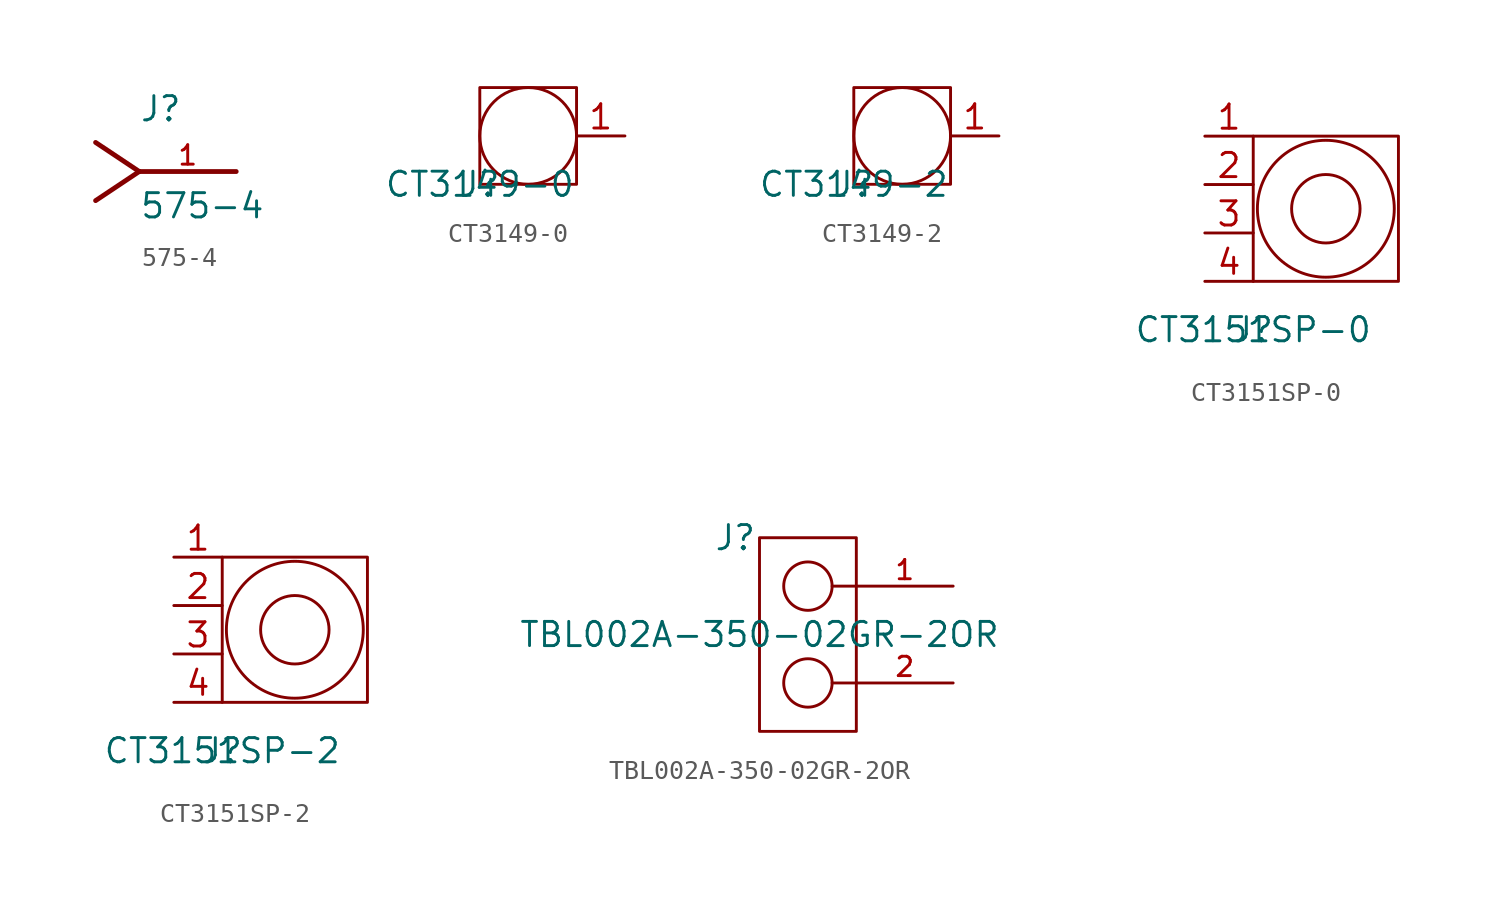
<source format=kicad_sym>
(kicad_symbol_lib
  (version 20231120)
  (generator "kicad_symbol_editor")
  (generator_version "8.0")
  (symbol "575-4"
    (pin_names
      (offset 1.016))
    (property "Reference" "J"
      (at 0 2.543 0)
      (effects (font (size 1.27 1.27)) (justify left bottom)))
    (property "Value" "575-4"
      (at 0 -2.542 0)
      (effects (font (size 1.27 1.27)) (justify left bottom)))
    (symbol "575-4_0_0"
      (polyline (pts (xy -2.286 -1.524) (xy 0 0)) (stroke (width 0.254) (type default)) (fill (type none)))
      (polyline (pts (xy -2.286 1.524) (xy 0 0)) (stroke (width 0.254) (type default)) (fill (type none)))
      (polyline (pts (xy 0 0) (xy 5.08 0)) (stroke (width 0.254) (type default)) (fill (type none)))
      (pin passive line (at 5.08 0 180) (length 5.08) (name "~" (effects (font (size 1.016 1.016)))) (number "1" (effects (font (size 1.016 1.016)))))))
  (symbol "CT3149-0"
    (pin_names
      (offset 1.016))
    (property "Reference" "J"
      (at 0 0 0)
      (effects (font (size 1.27 1.27))))
    (property "Value" "CT3149-0"
      (at 0 0 0)
      (effects (font (size 1.27 1.27))))
    (symbol "CT3149-0_0_1"
      (rectangle (start 0 0) (end 5.08 5.08) (stroke (width 0) (type default)) (fill (type none)))
      (circle (center 2.54 2.54) (radius 2.54) (stroke (width 0) (type default)) (fill (type none))))
    (symbol "CT3149-0_1_1"
      (pin passive line (at 7.62 2.54 180) (length 2.54) (name "" (effects (font (size 1.27 1.27)))) (number "1" (effects (font (size 1.27 1.27)))))))
  (symbol "CT3149-2"
    (pin_names
      (offset 1.016))
    (property "Reference" "J"
      (at 0 0 0)
      (effects (font (size 1.27 1.27))))
    (property "Value" "CT3149-2"
      (at 0 0 0)
      (effects (font (size 1.27 1.27))))
    (symbol "CT3149-2_0_1"
      (rectangle (start 0 0) (end 5.08 5.08) (stroke (width 0) (type default)) (fill (type none)))
      (circle (center 2.54 2.54) (radius 2.54) (stroke (width 0) (type default)) (fill (type none))))
    (symbol "CT3149-2_1_1"
      (pin passive line (at 7.62 2.54 180) (length 2.54) (name "" (effects (font (size 1.27 1.27)))) (number "1" (effects (font (size 1.27 1.27)))))))
  (symbol "CT3151SP-0"
    (pin_names
      (offset 2.54))
    (property "Reference" "J"
      (at 0 0 0)
      (effects (font (size 1.27 1.27))))
    (property "Value" "CT3151SP-0"
      (at 0 0 0)
      (effects (font (size 1.27 1.27))))
    (symbol "CT3151SP-0_1_1"
      (rectangle (start 0 10.16) (end 7.62 2.54) (stroke (width 0) (type default)) (fill (type none)))
      (circle (center 3.81 6.35) (radius 1.796) (stroke (width 0) (type default)) (fill (type none)))
      (circle (center 3.81 6.35) (radius 3.592) (stroke (width 0) (type default)) (fill (type none)))
      (pin input line (at -2.54 10.16 0) (length 2.54) (name "" (effects (font (size 1.27 1.27)))) (number "1" (effects (font (size 1.27 1.27)))))
      (pin input line (at -2.54 7.62 0) (length 2.54) (name "" (effects (font (size 1.27 1.27)))) (number "2" (effects (font (size 1.27 1.27)))))
      (pin input line (at -2.54 5.08 0) (length 2.54) (name "" (effects (font (size 1.27 1.27)))) (number "3" (effects (font (size 1.27 1.27)))))
      (pin input line (at -2.54 2.54 0) (length 2.54) (name "" (effects (font (size 1.27 1.27)))) (number "4" (effects (font (size 1.27 1.27)))))))
  (symbol "CT3151SP-2"
    (pin_names
      (offset 2.54))
    (property "Reference" "J"
      (at 0 0 0)
      (effects (font (size 1.27 1.27))))
    (property "Value" "CT3151SP-2"
      (at 0 0 0)
      (effects (font (size 1.27 1.27))))
    (symbol "CT3151SP-2_1_1"
      (rectangle (start 0 10.16) (end 7.62 2.54) (stroke (width 0) (type default)) (fill (type none)))
      (circle (center 3.81 6.35) (radius 1.796) (stroke (width 0) (type default)) (fill (type none)))
      (circle (center 3.81 6.35) (radius 3.592) (stroke (width 0) (type default)) (fill (type none)))
      (pin input line (at -2.54 10.16 0) (length 2.54) (name "" (effects (font (size 1.27 1.27)))) (number "1" (effects (font (size 1.27 1.27)))))
      (pin input line (at -2.54 7.62 0) (length 2.54) (name "" (effects (font (size 1.27 1.27)))) (number "2" (effects (font (size 1.27 1.27)))))
      (pin input line (at -2.54 5.08 0) (length 2.54) (name "" (effects (font (size 1.27 1.27)))) (number "3" (effects (font (size 1.27 1.27)))))
      (pin input line (at -2.54 2.54 0) (length 2.54) (name "" (effects (font (size 1.27 1.27)))) (number "4" (effects (font (size 1.27 1.27)))))))
  (symbol "TBL002A-350-02GR-2OR"
    (pin_names
      (offset 1.016))
    (property "Reference" "J"
      (at -3.81 5.08 0)
      (effects (font (size 1.27 1.27))))
    (property "Value" "TBL002A-350-02GR-2OR"
      (at -2.54 0 0)
      (effects (font (size 1.27 1.27))))
    (symbol "TBL002A-350-02GR-2OR_0_1"
      (rectangle (start -2.54 5.08) (end 2.54 -5.08) (stroke (width 0) (type default)) (fill (type none)))
      (circle (center 0 -2.54) (radius 1.27) (stroke (width 0) (type default)) (fill (type none)))
      (polyline (pts (xy 2.54 -2.54) (xy 1.27 -2.54)) (stroke (width 0) (type default)) (fill (type none)))
      (polyline (pts (xy 2.54 2.54) (xy 1.27 2.54)) (stroke (width 0) (type default)) (fill (type none)))
      (circle (center 0 2.54) (radius 1.27) (stroke (width 0) (type default)) (fill (type none))))
    (symbol "TBL002A-350-02GR-2OR_1_0"
      (pin passive line (at 7.62 2.54 180) (length 5.08) (name "" (effects (font (size 1.016 1.016)))) (number "1" (effects (font (size 1.016 1.016)))))
      (pin passive line (at 7.62 -2.54 180) (length 5.08) (name "" (effects (font (size 1.016 1.016)))) (number "2" (effects (font (size 1.016 1.016))))))))
</source>
